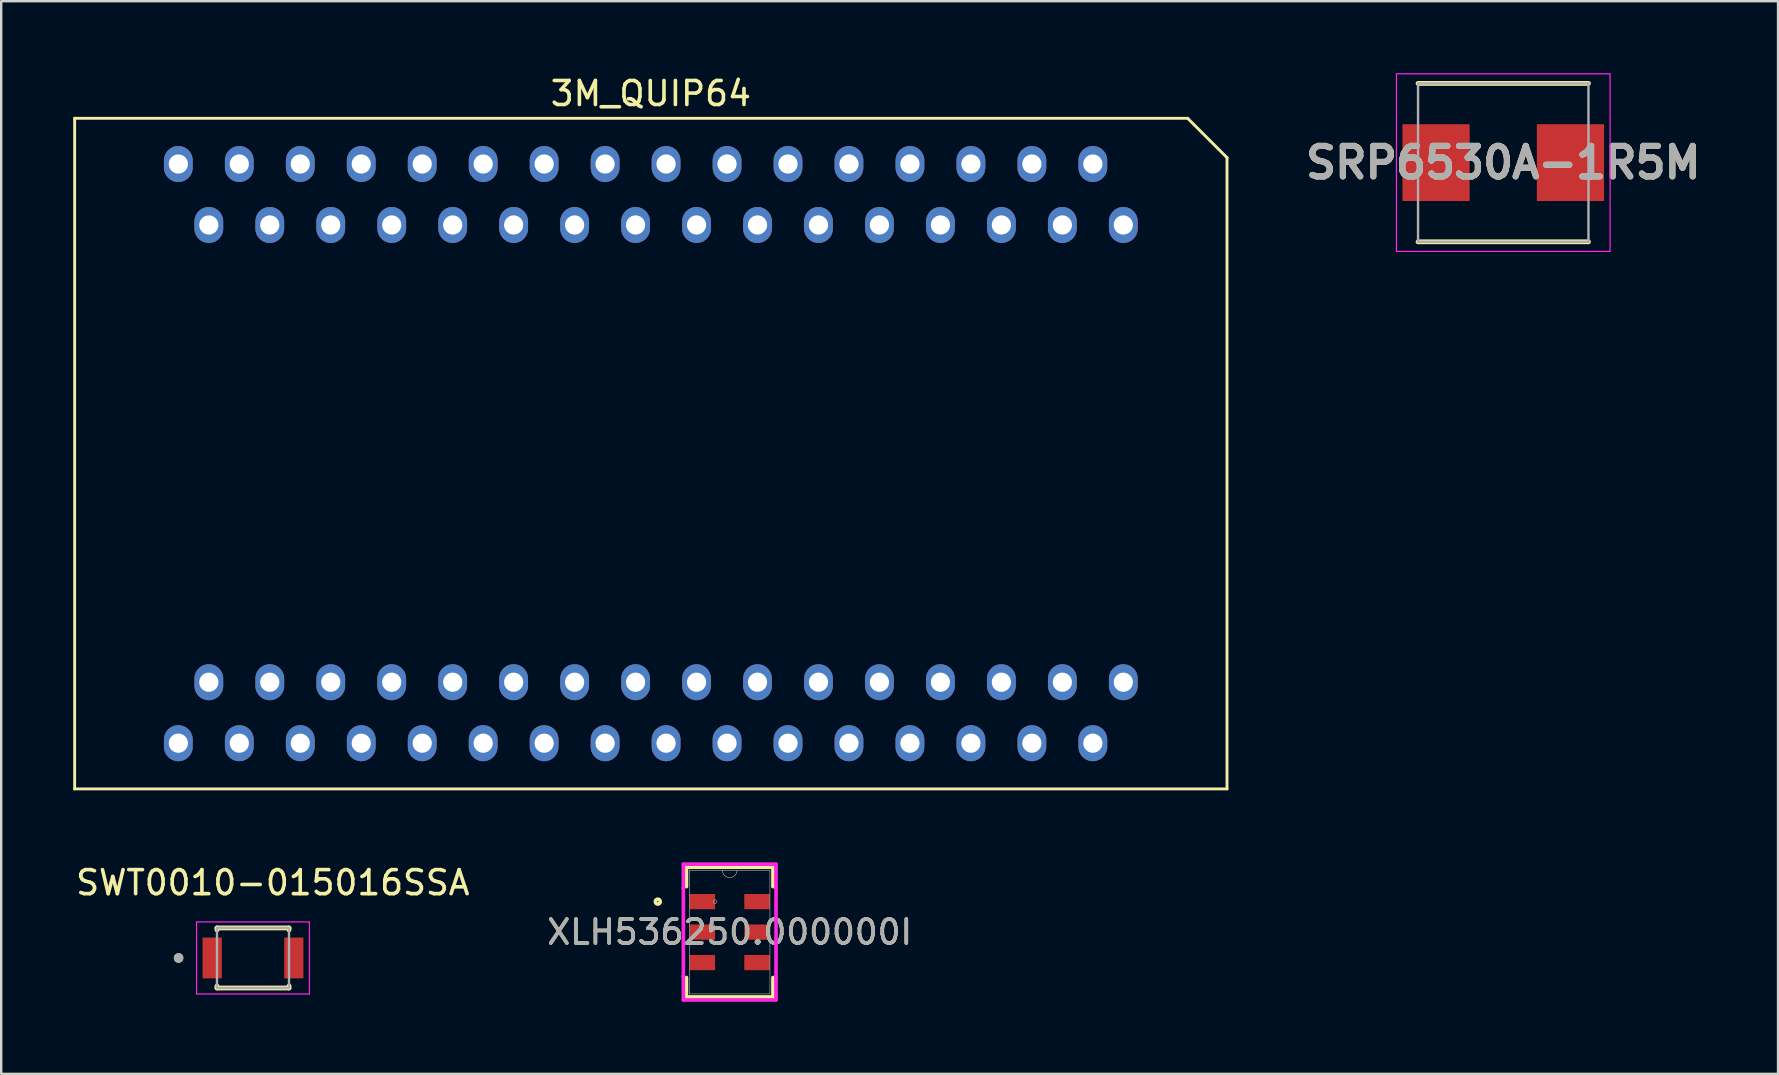
<source format=kicad_pcb>
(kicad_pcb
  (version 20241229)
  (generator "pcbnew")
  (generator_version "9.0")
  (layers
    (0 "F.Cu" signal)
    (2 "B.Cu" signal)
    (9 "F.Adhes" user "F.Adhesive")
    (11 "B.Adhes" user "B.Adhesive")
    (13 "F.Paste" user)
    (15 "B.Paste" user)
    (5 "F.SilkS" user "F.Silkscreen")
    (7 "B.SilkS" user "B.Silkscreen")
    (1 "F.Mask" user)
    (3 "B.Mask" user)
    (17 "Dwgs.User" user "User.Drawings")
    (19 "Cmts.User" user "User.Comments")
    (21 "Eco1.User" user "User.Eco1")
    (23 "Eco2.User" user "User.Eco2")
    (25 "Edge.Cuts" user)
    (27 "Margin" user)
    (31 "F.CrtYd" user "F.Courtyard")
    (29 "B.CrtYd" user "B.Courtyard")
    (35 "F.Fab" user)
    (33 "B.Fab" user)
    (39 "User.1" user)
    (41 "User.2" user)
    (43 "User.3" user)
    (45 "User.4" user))
  (footprint "3M_QUIP64"
    (layer "F.Cu")
    (at 24.065 15.848)
    (property "Reference" "3M_QUIP64" (at 0 -15 0) (layer "F.SilkS") (effects (font (size 1 1) (thickness 0.15))))
    (attr through_hole)
    (fp_line (start -24.005 -13.97) (end 22.365 -13.97) (stroke (width 0.12) (type solid)) (layer "F.SilkS"))
    (fp_line (start -24.005 13.97) (end -24.005 -13.97) (stroke (width 0.12) (type solid)) (layer "F.SilkS"))
    (fp_line (start 22.365 -13.97) (end 24.005 -12.33) (stroke (width 0.12) (type solid)) (layer "F.SilkS"))
    (fp_line (start 24.005 -12.33) (end 24.005 13.97) (stroke (width 0.12) (type solid)) (layer "F.SilkS"))
    (fp_line (start 24.005 13.97) (end -24.005 13.97) (stroke (width 0.12) (type solid)) (layer "F.SilkS"))
    (pad "1" thru_hole oval (at 19.685 -9.525) (size 1.2 1.5) (drill 0.8) (layers "*.Cu" "*.Mask"))
    (pad "2" thru_hole oval (at 18.415 -12.065) (size 1.2 1.5) (drill 0.8) (layers "*.Cu" "*.Mask"))
    (pad "3" thru_hole oval (at 17.145 -9.525) (size 1.2 1.5) (drill 0.8) (layers "*.Cu" "*.Mask"))
    (pad "4" thru_hole oval (at 15.875 -12.065) (size 1.2 1.5) (drill 0.8) (layers "*.Cu" "*.Mask"))
    (pad "5" thru_hole oval (at 14.605 -9.525) (size 1.2 1.5) (drill 0.8) (layers "*.Cu" "*.Mask"))
    (pad "6" thru_hole oval (at 13.335 -12.065) (size 1.2 1.5) (drill 0.8) (layers "*.Cu" "*.Mask"))
    (pad "7" thru_hole oval (at 12.065 -9.525) (size 1.2 1.5) (drill 0.8) (layers "*.Cu" "*.Mask"))
    (pad "8" thru_hole oval (at 10.795 -12.065) (size 1.2 1.5) (drill 0.8) (layers "*.Cu" "*.Mask"))
    (pad "9" thru_hole oval (at 9.525 -9.525) (size 1.2 1.5) (drill 0.8) (layers "*.Cu" "*.Mask"))
    (pad "10" thru_hole oval (at 8.255 -12.065) (size 1.2 1.5) (drill 0.8) (layers "*.Cu" "*.Mask"))
    (pad "11" thru_hole oval (at 6.985 -9.525) (size 1.2 1.5) (drill 0.8) (layers "*.Cu" "*.Mask"))
    (pad "12" thru_hole oval (at 5.715 -12.065) (size 1.2 1.5) (drill 0.8) (layers "*.Cu" "*.Mask"))
    (pad "13" thru_hole oval (at 4.445 -9.525) (size 1.2 1.5) (drill 0.8) (layers "*.Cu" "*.Mask"))
    (pad "14" thru_hole oval (at 3.175 -12.065) (size 1.2 1.5) (drill 0.8) (layers "*.Cu" "*.Mask"))
    (pad "15" thru_hole oval (at 1.905 -9.525) (size 1.2 1.5) (drill 0.8) (layers "*.Cu" "*.Mask"))
    (pad "16" thru_hole oval (at 0.635 -12.065) (size 1.2 1.5) (drill 0.8) (layers "*.Cu" "*.Mask"))
    (pad "17" thru_hole oval (at -0.635 -9.525) (size 1.2 1.5) (drill 0.8) (layers "*.Cu" "*.Mask"))
    (pad "18" thru_hole oval (at -1.905 -12.065) (size 1.2 1.5) (drill 0.8) (layers "*.Cu" "*.Mask"))
    (pad "19" thru_hole oval (at -3.175 -9.525) (size 1.2 1.5) (drill 0.8) (layers "*.Cu" "*.Mask"))
    (pad "20" thru_hole oval (at -4.445 -12.065) (size 1.2 1.5) (drill 0.8) (layers "*.Cu" "*.Mask"))
    (pad "21" thru_hole oval (at -5.715 -9.525) (size 1.2 1.5) (drill 0.8) (layers "*.Cu" "*.Mask"))
    (pad "22" thru_hole oval (at -6.985 -12.065) (size 1.2 1.5) (drill 0.8) (layers "*.Cu" "*.Mask"))
    (pad "23" thru_hole oval (at -8.255 -9.525) (size 1.2 1.5) (drill 0.8) (layers "*.Cu" "*.Mask"))
    (pad "24" thru_hole oval (at -9.525 -12.065) (size 1.2 1.5) (drill 0.8) (layers "*.Cu" "*.Mask"))
    (pad "25" thru_hole oval (at -10.795 -9.525) (size 1.2 1.5) (drill 0.8) (layers "*.Cu" "*.Mask"))
    (pad "26" thru_hole oval (at -12.065 -12.065) (size 1.2 1.5) (drill 0.8) (layers "*.Cu" "*.Mask"))
    (pad "27" thru_hole oval (at -13.335 -9.525) (size 1.2 1.5) (drill 0.8) (layers "*.Cu" "*.Mask"))
    (pad "28" thru_hole oval (at -14.605 -12.065) (size 1.2 1.5) (drill 0.8) (layers "*.Cu" "*.Mask"))
    (pad "29" thru_hole oval (at -15.875 -9.525) (size 1.2 1.5) (drill 0.8) (layers "*.Cu" "*.Mask"))
    (pad "30" thru_hole oval (at -17.145 -12.065) (size 1.2 1.5) (drill 0.8) (layers "*.Cu" "*.Mask"))
    (pad "31" thru_hole oval (at -18.415 -9.525) (size 1.2 1.5) (drill 0.8) (layers "*.Cu" "*.Mask"))
    (pad "32" thru_hole oval (at -19.685 -12.065) (size 1.2 1.5) (drill 0.8) (layers "*.Cu" "*.Mask"))
    (pad "33" thru_hole oval (at -19.685 12.065) (size 1.2 1.5) (drill 0.8) (layers "*.Cu" "*.Mask"))
    (pad "34" thru_hole oval (at -18.415 9.525) (size 1.2 1.5) (drill 0.8) (layers "*.Cu" "*.Mask"))
    (pad "35" thru_hole oval (at -17.145 12.065) (size 1.2 1.5) (drill 0.8) (layers "*.Cu" "*.Mask"))
    (pad "36" thru_hole oval (at -15.875 9.525) (size 1.2 1.5) (drill 0.8) (layers "*.Cu" "*.Mask"))
    (pad "37" thru_hole oval (at -14.605 12.065) (size 1.2 1.5) (drill 0.8) (layers "*.Cu" "*.Mask"))
    (pad "38" thru_hole oval (at -13.335 9.525) (size 1.2 1.5) (drill 0.8) (layers "*.Cu" "*.Mask"))
    (pad "39" thru_hole oval (at -12.065 12.065) (size 1.2 1.5) (drill 0.8) (layers "*.Cu" "*.Mask"))
    (pad "40" thru_hole oval (at -10.795 9.525) (size 1.2 1.5) (drill 0.8) (layers "*.Cu" "*.Mask"))
    (pad "41" thru_hole oval (at -9.525 12.065) (size 1.2 1.5) (drill 0.8) (layers "*.Cu" "*.Mask"))
    (pad "42" thru_hole oval (at -8.255 9.525) (size 1.2 1.5) (drill 0.8) (layers "*.Cu" "*.Mask"))
    (pad "43" thru_hole oval (at -6.985 12.065) (size 1.2 1.5) (drill 0.8) (layers "*.Cu" "*.Mask"))
    (pad "44" thru_hole oval (at -5.715 9.525) (size 1.2 1.5) (drill 0.8) (layers "*.Cu" "*.Mask"))
    (pad "45" thru_hole oval (at -4.445 12.065) (size 1.2 1.5) (drill 0.8) (layers "*.Cu" "*.Mask"))
    (pad "46" thru_hole oval (at -3.175 9.525) (size 1.2 1.5) (drill 0.8) (layers "*.Cu" "*.Mask"))
    (pad "47" thru_hole oval (at -1.905 12.065) (size 1.2 1.5) (drill 0.8) (layers "*.Cu" "*.Mask"))
    (pad "48" thru_hole oval (at -0.635 9.525) (size 1.2 1.5) (drill 0.8) (layers "*.Cu" "*.Mask"))
    (pad "49" thru_hole oval (at 0.635 12.065) (size 1.2 1.5) (drill 0.8) (layers "*.Cu" "*.Mask"))
    (pad "50" thru_hole oval (at 1.905 9.525) (size 1.2 1.5) (drill 0.8) (layers "*.Cu" "*.Mask"))
    (pad "51" thru_hole oval (at 3.175 12.065) (size 1.2 1.5) (drill 0.8) (layers "*.Cu" "*.Mask"))
    (pad "52" thru_hole oval (at 4.445 9.525) (size 1.2 1.5) (drill 0.8) (layers "*.Cu" "*.Mask"))
    (pad "53" thru_hole oval (at 5.715 12.065) (size 1.2 1.5) (drill 0.8) (layers "*.Cu" "*.Mask"))
    (pad "54" thru_hole oval (at 6.985 9.525) (size 1.2 1.5) (drill 0.8) (layers "*.Cu" "*.Mask"))
    (pad "55" thru_hole oval (at 8.255 12.065) (size 1.2 1.5) (drill 0.8) (layers "*.Cu" "*.Mask"))
    (pad "56" thru_hole oval (at 9.525 9.525) (size 1.2 1.5) (drill 0.8) (layers "*.Cu" "*.Mask"))
    (pad "57" thru_hole oval (at 10.795 12.065) (size 1.2 1.5) (drill 0.8) (layers "*.Cu" "*.Mask"))
    (pad "58" thru_hole oval (at 12.065 9.525) (size 1.2 1.5) (drill 0.8) (layers "*.Cu" "*.Mask"))
    (pad "59" thru_hole oval (at 13.335 12.065) (size 1.2 1.5) (drill 0.8) (layers "*.Cu" "*.Mask"))
    (pad "60" thru_hole oval (at 14.605 9.525) (size 1.2 1.5) (drill 0.8) (layers "*.Cu" "*.Mask"))
    (pad "61" thru_hole oval (at 15.875 12.065) (size 1.2 1.5) (drill 0.8) (layers "*.Cu" "*.Mask"))
    (pad "62" thru_hole oval (at 17.145 9.525) (size 1.2 1.5) (drill 0.8) (layers "*.Cu" "*.Mask"))
    (pad "63" thru_hole oval (at 18.415 12.065) (size 1.2 1.5) (drill 0.8) (layers "*.Cu" "*.Mask"))
    (pad "64" thru_hole oval (at 19.685 9.525) (size 1.2 1.5) (drill 0.8) (layers "*.Cu" "*.Mask")))
  (footprint "XLH536250.000000I"
    (layer "F.Cu")
    (at 27.351 35.783)
    (property "Reference" "XLH536250.000000I" (at 0 0 0) (unlocked yes) (layer "F.SilkS") (effects (font (size 1 1) (thickness 0.15))))
    (attr smd)
    (fp_line (start -1.803 -2.702) (end -1.803 -1.894) (stroke (width 0.152) (type solid)) (layer "F.SilkS"))
    (fp_line (start -1.803 1.894) (end -1.803 2.702) (stroke (width 0.152) (type solid)) (layer "F.SilkS"))
    (fp_line (start -1.803 2.702) (end 1.803 2.702) (stroke (width 0.152) (type solid)) (layer "F.SilkS"))
    (fp_line (start 1.803 -2.702) (end -1.803 -2.702) (stroke (width 0.152) (type solid)) (layer "F.SilkS"))
    (fp_line (start 1.803 -1.894) (end 1.803 -2.702) (stroke (width 0.152) (type solid)) (layer "F.SilkS"))
    (fp_line (start 1.803 2.702) (end 1.803 1.894) (stroke (width 0.152) (type solid)) (layer "F.SilkS"))
    (fp_circle (center -2.996 -1.27) (end -2.894 -1.27) (stroke (width 0.152) (type solid)) (fill no) (layer "F.SilkS"))
    (fp_line (start -1.93 -2.829) (end 1.93 -2.829) (stroke (width 0.152) (type solid)) (layer "F.CrtYd"))
    (fp_line (start -1.93 -1.841) (end -1.93 -2.829) (stroke (width 0.152) (type solid)) (layer "F.CrtYd"))
    (fp_line (start -1.93 -1.841) (end -1.93 -1.841) (stroke (width 0.152) (type solid)) (layer "F.CrtYd"))
    (fp_line (start -1.93 1.841) (end -1.93 -1.841) (stroke (width 0.152) (type solid)) (layer "F.CrtYd"))
    (fp_line (start -1.93 1.841) (end -1.93 1.841) (stroke (width 0.152) (type solid)) (layer "F.CrtYd"))
    (fp_line (start -1.93 2.829) (end -1.93 1.841) (stroke (width 0.152) (type solid)) (layer "F.CrtYd"))
    (fp_line (start 1.93 -2.829) (end 1.93 -1.841) (stroke (width 0.152) (type solid)) (layer "F.CrtYd"))
    (fp_line (start 1.93 -1.841) (end 1.93 -1.841) (stroke (width 0.152) (type solid)) (layer "F.CrtYd"))
    (fp_line (start 1.93 -1.841) (end 1.93 1.841) (stroke (width 0.152) (type solid)) (layer "F.CrtYd"))
    (fp_line (start 1.93 1.841) (end 1.93 1.841) (stroke (width 0.152) (type solid)) (layer "F.CrtYd"))
    (fp_line (start 1.93 1.841) (end 1.93 2.829) (stroke (width 0.152) (type solid)) (layer "F.CrtYd"))
    (fp_line (start 1.93 2.829) (end -1.93 2.829) (stroke (width 0.152) (type solid)) (layer "F.CrtYd"))
    (fp_line (start -1.676 -2.575) (end -1.676 2.575) (stroke (width 0.025) (type solid)) (layer "F.Fab"))
    (fp_line (start -1.676 2.575) (end 1.676 2.575) (stroke (width 0.025) (type solid)) (layer "F.Fab"))
    (fp_line (start 1.676 -2.575) (end -1.676 -2.575) (stroke (width 0.025) (type solid)) (layer "F.Fab"))
    (fp_line (start 1.676 2.575) (end 1.676 -2.575) (stroke (width 0.025) (type solid)) (layer "F.Fab"))
    (fp_arc (start 0.3048 -2.575001) (mid 0 -2.270201) (end -0.3048 -2.575001) (stroke (width 0.0254) (type solid)) (layer "F.Fab"))
    (fp_circle (center -0.608 -1.27) (end -0.532 -1.27) (stroke (width 0.025) (type solid)) (fill no) (layer "F.Fab"))
    (fp_text user "${REFERENCE}" (at 0 0 0) (unlocked yes) (layer "F.Fab") (effects (font (size 1 1) (thickness 0.15))))
    (pad "1" smd rect (at -1.142 -1.27) (size 1.067 0.635) (layers "F.Cu" "F.Mask" "F.Paste"))
    (pad "2" smd rect (at -1.142 0) (size 1.067 0.635) (layers "F.Cu" "F.Mask" "F.Paste"))
    (pad "3" smd rect (at -1.142 1.27) (size 1.067 0.635) (layers "F.Cu" "F.Mask" "F.Paste"))
    (pad "4" smd rect (at 1.142 1.27) (size 1.067 0.635) (layers "F.Cu" "F.Mask" "F.Paste"))
    (pad "5" smd rect (at 1.142 0) (size 1.067 0.635) (layers "F.Cu" "F.Mask" "F.Paste"))
    (pad "6" smd rect (at 1.142 -1.27) (size 1.067 0.635) (layers "F.Cu" "F.Mask" "F.Paste")))
  (footprint "SWT0010-015016SSA"
    (layer "F.Cu")
    (at 7.49 36.861)
    (property "Reference" "SWT0010-015016SSA" (at 0.825 -3.135 0) (layer "F.SilkS") (effects (font (size 1 1) (thickness 0.15))))
    (attr smd)
    (fp_line (start -1.5 -1.25) (end -1.5 -1.17) (stroke (width 0.2) (type solid)) (layer "F.SilkS"))
    (fp_line (start -1.5 1.25) (end -1.5 1.17) (stroke (width 0.2) (type solid)) (layer "F.SilkS"))
    (fp_line (start -1.5 1.25) (end 1.5 1.25) (stroke (width 0.2) (type solid)) (layer "F.SilkS"))
    (fp_line (start 1.5 -1.25) (end -1.5 -1.25) (stroke (width 0.2) (type solid)) (layer "F.SilkS"))
    (fp_line (start 1.5 -1.17) (end 1.5 -1.25) (stroke (width 0.2) (type solid)) (layer "F.SilkS"))
    (fp_line (start 1.5 1.25) (end 1.5 1.17) (stroke (width 0.2) (type solid)) (layer "F.SilkS"))
    (fp_circle (center -3.1 0) (end -3 0) (stroke (width 0.2) (type solid)) (fill no) (layer "F.SilkS"))
    (fp_line (start -2.35 -1.5) (end -2.35 1.5) (stroke (width 0.05) (type solid)) (layer "F.CrtYd"))
    (fp_line (start -2.35 1.5) (end 2.35 1.5) (stroke (width 0.05) (type solid)) (layer "F.CrtYd"))
    (fp_line (start 2.35 -1.5) (end -2.35 -1.5) (stroke (width 0.05) (type solid)) (layer "F.CrtYd"))
    (fp_line (start 2.35 1.5) (end 2.35 -1.5) (stroke (width 0.05) (type solid)) (layer "F.CrtYd"))
    (fp_line (start -1.5 -1.25) (end -1.5 1.25) (stroke (width 0.1) (type solid)) (layer "F.Fab"))
    (fp_line (start -1.5 1.25) (end 1.5 1.25) (stroke (width 0.1) (type solid)) (layer "F.Fab"))
    (fp_line (start 1.5 -1.25) (end -1.5 -1.25) (stroke (width 0.1) (type solid)) (layer "F.Fab"))
    (fp_line (start 1.5 1.25) (end 1.5 -1.25) (stroke (width 0.1) (type solid)) (layer "F.Fab"))
    (fp_circle (center -3.1 0) (end -3 0) (stroke (width 0.2) (type solid)) (fill no) (layer "F.Fab"))
    (pad "1" smd rect (at -1.7 0) (size 0.8 1.7) (layers "F.Cu" "F.Mask" "F.Paste"))
    (pad "2" smd rect (at 1.7 0) (size 0.8 1.7) (layers "F.Cu" "F.Mask" "F.Paste")))
  (footprint "SRP6530A-1R5M"
    (layer "F.Cu")
    (at 59.579 3.725)
    (property "Reference" "SRP6530A-1R5M" (at 0 0 0) (layer "F.SilkS") (effects (font (size 1.27 1.27) (thickness 0.254))))
    (attr smd)
    (fp_line (start -3.55 3.3) (end 3.55 3.3) (stroke (width 0.2) (type solid)) (layer "F.SilkS"))
    (fp_line (start 3.55 -3.3) (end -3.55 -3.3) (stroke (width 0.2) (type solid)) (layer "F.SilkS"))
    (fp_line (start -4.45 -3.7) (end 4.45 -3.7) (stroke (width 0.05) (type solid)) (layer "F.CrtYd"))
    (fp_line (start -4.45 3.7) (end -4.45 -3.7) (stroke (width 0.05) (type solid)) (layer "F.CrtYd"))
    (fp_line (start 4.45 -3.7) (end 4.45 3.7) (stroke (width 0.05) (type solid)) (layer "F.CrtYd"))
    (fp_line (start 4.45 3.7) (end -4.45 3.7) (stroke (width 0.05) (type solid)) (layer "F.CrtYd"))
    (fp_line (start -3.55 -3.3) (end 3.55 -3.3) (stroke (width 0.1) (type solid)) (layer "F.Fab"))
    (fp_line (start -3.55 3.3) (end -3.55 -3.3) (stroke (width 0.1) (type solid)) (layer "F.Fab"))
    (fp_line (start 3.55 -3.3) (end 3.55 3.3) (stroke (width 0.1) (type solid)) (layer "F.Fab"))
    (fp_line (start 3.55 3.3) (end -3.55 3.3) (stroke (width 0.1) (type solid)) (layer "F.Fab"))
    (fp_text user "${REFERENCE}" (at 0 0 0) (layer "F.Fab") (effects (font (size 1.27 1.27) (thickness 0.254))))
    (pad "1" smd rect (at -2.8 0) (size 2.8 3.2) (layers "F.Cu" "F.Mask" "F.Paste"))
    (pad "2" smd rect (at 2.8 0) (size 2.8 3.2) (layers "F.Cu" "F.Mask" "F.Paste")))
  (gr_rect
    (start -3 -3)
    (end 71.027 41.689)
    (stroke (width 0.1) (type default))
    (fill no)
    (layer "Edge.Cuts")))
</source>
